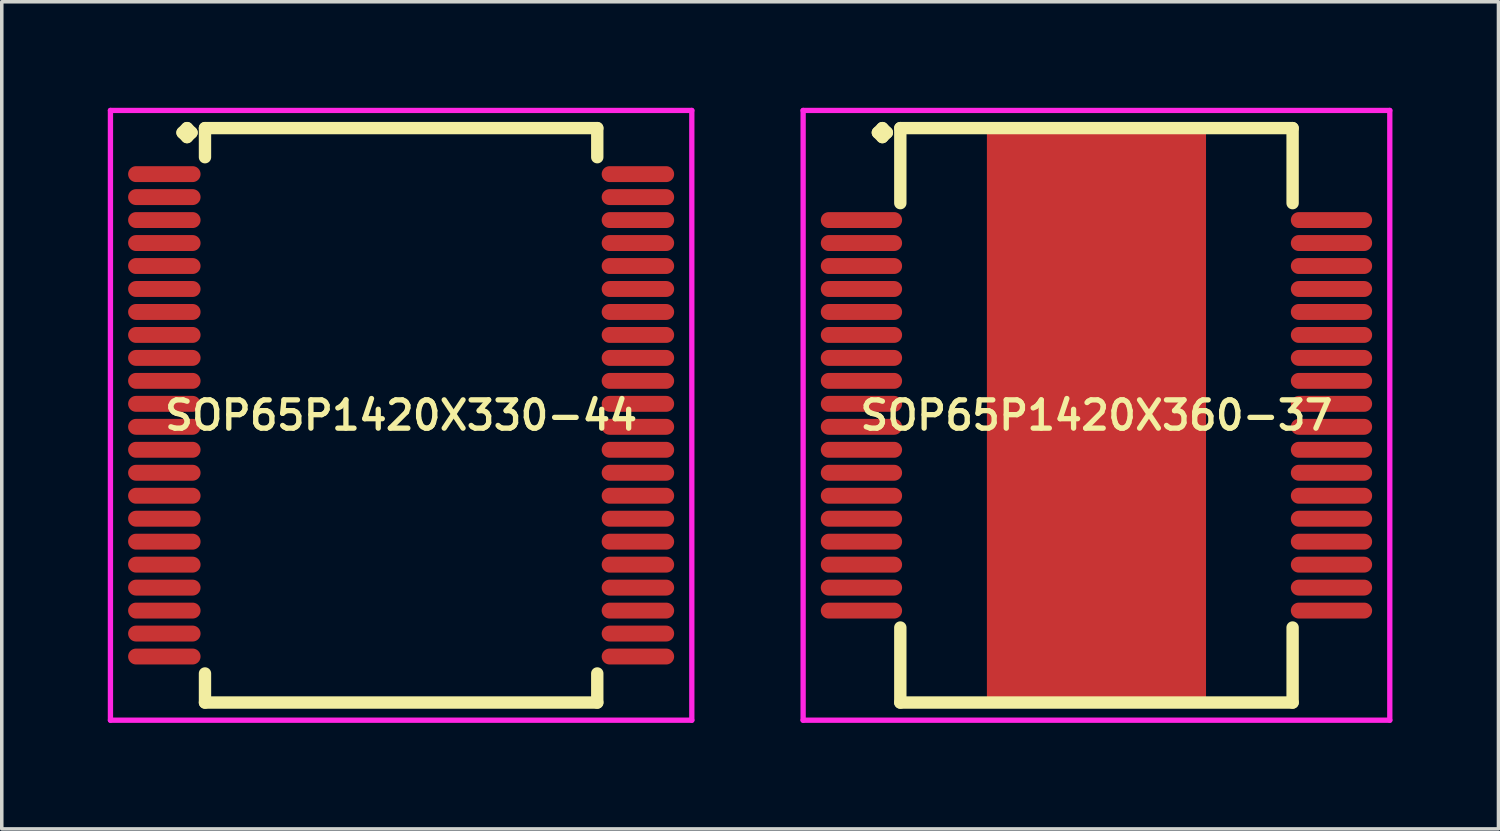
<source format=kicad_pcb>
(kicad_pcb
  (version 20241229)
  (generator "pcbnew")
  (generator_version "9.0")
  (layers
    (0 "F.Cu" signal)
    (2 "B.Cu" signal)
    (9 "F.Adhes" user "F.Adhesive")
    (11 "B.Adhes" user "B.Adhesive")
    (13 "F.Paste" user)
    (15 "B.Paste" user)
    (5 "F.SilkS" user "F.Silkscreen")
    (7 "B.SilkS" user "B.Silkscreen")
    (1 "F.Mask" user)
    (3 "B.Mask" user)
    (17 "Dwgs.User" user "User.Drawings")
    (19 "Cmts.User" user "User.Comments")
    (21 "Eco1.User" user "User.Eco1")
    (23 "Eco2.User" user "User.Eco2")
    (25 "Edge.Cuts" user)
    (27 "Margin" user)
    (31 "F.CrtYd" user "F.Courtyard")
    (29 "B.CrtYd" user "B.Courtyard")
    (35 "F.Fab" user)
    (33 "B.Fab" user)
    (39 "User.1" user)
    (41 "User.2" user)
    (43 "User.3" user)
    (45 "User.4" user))
  (footprint "SOP65P1420X330-44"
    (layer "F.Cu")
    (at 8.3 8.702)
    (property "Reference" "SOP65P1420X330-44" (at 0 0 0) (layer "F.SilkS") (effects (font (size 0.8 0.8) (thickness 0.15))))
    (attr smd)
    (fp_line (start -6.185 -8) (end -6.058 -8.127) (stroke (width 0.35) (type solid)) (layer "F.SilkS"))
    (fp_line (start -6.058 -8.127) (end -5.931 -8) (stroke (width 0.35) (type solid)) (layer "F.SilkS"))
    (fp_line (start -6.058 -7.873) (end -6.185 -8) (stroke (width 0.35) (type solid)) (layer "F.SilkS"))
    (fp_line (start -5.931 -8) (end -6.058 -7.873) (stroke (width 0.35) (type solid)) (layer "F.SilkS"))
    (fp_line (start -5.55 -8.127) (end 5.55 -8.127) (stroke (width 0.35) (type solid)) (layer "F.SilkS"))
    (fp_line (start -5.55 -7.304) (end -5.55 -8.127) (stroke (width 0.35) (type solid)) (layer "F.SilkS"))
    (fp_line (start -5.55 7.304) (end -5.55 8.127) (stroke (width 0.35) (type solid)) (layer "F.SilkS"))
    (fp_line (start -5.55 8.127) (end 5.55 8.127) (stroke (width 0.35) (type solid)) (layer "F.SilkS"))
    (fp_line (start 5.55 -8.127) (end 5.55 -7.304) (stroke (width 0.35) (type solid)) (layer "F.SilkS"))
    (fp_line (start 5.55 8.127) (end 5.55 7.304) (stroke (width 0.35) (type solid)) (layer "F.SilkS"))
    (fp_line (start -8.225 -8.627) (end 8.225 -8.627) (stroke (width 0.15) (type solid)) (layer "F.CrtYd"))
    (fp_line (start -8.225 8.627) (end -8.225 -8.627) (stroke (width 0.15) (type solid)) (layer "F.CrtYd"))
    (fp_line (start 8.225 -8.627) (end 8.225 8.627) (stroke (width 0.15) (type solid)) (layer "F.CrtYd"))
    (fp_line (start 8.225 8.627) (end -8.225 8.627) (stroke (width 0.15) (type solid)) (layer "F.CrtYd"))
    (pad "1" smd oval (at -6.7 -6.825) (size 2.05 0.45) (layers "F.Cu" "F.Mask" "F.Paste"))
    (pad "2" smd oval (at -6.7 -6.175) (size 2.05 0.45) (layers "F.Cu" "F.Mask" "F.Paste"))
    (pad "3" smd oval (at -6.7 -5.525) (size 2.05 0.45) (layers "F.Cu" "F.Mask" "F.Paste"))
    (pad "4" smd oval (at -6.7 -4.875) (size 2.05 0.45) (layers "F.Cu" "F.Mask" "F.Paste"))
    (pad "5" smd oval (at -6.7 -4.225) (size 2.05 0.45) (layers "F.Cu" "F.Mask" "F.Paste"))
    (pad "6" smd oval (at -6.7 -3.575) (size 2.05 0.45) (layers "F.Cu" "F.Mask" "F.Paste"))
    (pad "7" smd oval (at -6.7 -2.925) (size 2.05 0.45) (layers "F.Cu" "F.Mask" "F.Paste"))
    (pad "8" smd oval (at -6.7 -2.275) (size 2.05 0.45) (layers "F.Cu" "F.Mask" "F.Paste"))
    (pad "9" smd oval (at -6.7 -1.625) (size 2.05 0.45) (layers "F.Cu" "F.Mask" "F.Paste"))
    (pad "10" smd oval (at -6.7 -0.975) (size 2.05 0.45) (layers "F.Cu" "F.Mask" "F.Paste"))
    (pad "11" smd oval (at -6.7 -0.325) (size 2.05 0.45) (layers "F.Cu" "F.Mask" "F.Paste"))
    (pad "12" smd oval (at -6.7 0.325) (size 2.05 0.45) (layers "F.Cu" "F.Mask" "F.Paste"))
    (pad "13" smd oval (at -6.7 0.975) (size 2.05 0.45) (layers "F.Cu" "F.Mask" "F.Paste"))
    (pad "14" smd oval (at -6.7 1.625) (size 2.05 0.45) (layers "F.Cu" "F.Mask" "F.Paste"))
    (pad "15" smd oval (at -6.7 2.275) (size 2.05 0.45) (layers "F.Cu" "F.Mask" "F.Paste"))
    (pad "16" smd oval (at -6.7 2.925) (size 2.05 0.45) (layers "F.Cu" "F.Mask" "F.Paste"))
    (pad "17" smd oval (at -6.7 3.575) (size 2.05 0.45) (layers "F.Cu" "F.Mask" "F.Paste"))
    (pad "18" smd oval (at -6.7 4.225) (size 2.05 0.45) (layers "F.Cu" "F.Mask" "F.Paste"))
    (pad "19" smd oval (at -6.7 4.875) (size 2.05 0.45) (layers "F.Cu" "F.Mask" "F.Paste"))
    (pad "20" smd oval (at -6.7 5.525) (size 2.05 0.45) (layers "F.Cu" "F.Mask" "F.Paste"))
    (pad "21" smd oval (at -6.7 6.175) (size 2.05 0.45) (layers "F.Cu" "F.Mask" "F.Paste"))
    (pad "22" smd oval (at -6.7 6.825) (size 2.05 0.45) (layers "F.Cu" "F.Mask" "F.Paste"))
    (pad "23" smd oval (at 6.7 6.825) (size 2.05 0.45) (layers "F.Cu" "F.Mask" "F.Paste"))
    (pad "24" smd oval (at 6.7 6.175) (size 2.05 0.45) (layers "F.Cu" "F.Mask" "F.Paste"))
    (pad "25" smd oval (at 6.7 5.525) (size 2.05 0.45) (layers "F.Cu" "F.Mask" "F.Paste"))
    (pad "26" smd oval (at 6.7 4.875) (size 2.05 0.45) (layers "F.Cu" "F.Mask" "F.Paste"))
    (pad "27" smd oval (at 6.7 4.225) (size 2.05 0.45) (layers "F.Cu" "F.Mask" "F.Paste"))
    (pad "28" smd oval (at 6.7 3.575) (size 2.05 0.45) (layers "F.Cu" "F.Mask" "F.Paste"))
    (pad "29" smd oval (at 6.7 2.925) (size 2.05 0.45) (layers "F.Cu" "F.Mask" "F.Paste"))
    (pad "30" smd oval (at 6.7 2.275) (size 2.05 0.45) (layers "F.Cu" "F.Mask" "F.Paste"))
    (pad "31" smd oval (at 6.7 1.625) (size 2.05 0.45) (layers "F.Cu" "F.Mask" "F.Paste"))
    (pad "32" smd oval (at 6.7 0.975) (size 2.05 0.45) (layers "F.Cu" "F.Mask" "F.Paste"))
    (pad "33" smd oval (at 6.7 0.325) (size 2.05 0.45) (layers "F.Cu" "F.Mask" "F.Paste"))
    (pad "34" smd oval (at 6.7 -0.325) (size 2.05 0.45) (layers "F.Cu" "F.Mask" "F.Paste"))
    (pad "35" smd oval (at 6.7 -0.975) (size 2.05 0.45) (layers "F.Cu" "F.Mask" "F.Paste"))
    (pad "36" smd oval (at 6.7 -1.625) (size 2.05 0.45) (layers "F.Cu" "F.Mask" "F.Paste"))
    (pad "37" smd oval (at 6.7 -2.275) (size 2.05 0.45) (layers "F.Cu" "F.Mask" "F.Paste"))
    (pad "38" smd oval (at 6.7 -2.925) (size 2.05 0.45) (layers "F.Cu" "F.Mask" "F.Paste"))
    (pad "39" smd oval (at 6.7 -3.575) (size 2.05 0.45) (layers "F.Cu" "F.Mask" "F.Paste"))
    (pad "40" smd oval (at 6.7 -4.225) (size 2.05 0.45) (layers "F.Cu" "F.Mask" "F.Paste"))
    (pad "41" smd oval (at 6.7 -4.875) (size 2.05 0.45) (layers "F.Cu" "F.Mask" "F.Paste"))
    (pad "42" smd oval (at 6.7 -5.525) (size 2.05 0.45) (layers "F.Cu" "F.Mask" "F.Paste"))
    (pad "43" smd oval (at 6.7 -6.175) (size 2.05 0.45) (layers "F.Cu" "F.Mask" "F.Paste"))
    (pad "44" smd oval (at 6.7 -6.825) (size 2.05 0.45) (layers "F.Cu" "F.Mask" "F.Paste")))
  (footprint "SOP65P1420X360-37"
    (layer "F.Cu")
    (at 27.975 8.702)
    (property "Reference" "SOP65P1420X360-37" (at 0 0 0) (layer "F.SilkS") (effects (font (size 0.8 0.8) (thickness 0.15))))
    (attr smd)
    (fp_line (start -6.185 -8) (end -6.058 -8.127) (stroke (width 0.35) (type solid)) (layer "F.SilkS"))
    (fp_line (start -6.058 -8.127) (end -5.931 -8) (stroke (width 0.35) (type solid)) (layer "F.SilkS"))
    (fp_line (start -6.058 -7.873) (end -6.185 -8) (stroke (width 0.35) (type solid)) (layer "F.SilkS"))
    (fp_line (start -5.931 -8) (end -6.058 -7.873) (stroke (width 0.35) (type solid)) (layer "F.SilkS"))
    (fp_line (start -5.55 -8.127) (end 5.55 -8.127) (stroke (width 0.35) (type solid)) (layer "F.SilkS"))
    (fp_line (start -5.55 -6.004) (end -5.55 -8.127) (stroke (width 0.35) (type solid)) (layer "F.SilkS"))
    (fp_line (start -5.55 6.004) (end -5.55 8.127) (stroke (width 0.35) (type solid)) (layer "F.SilkS"))
    (fp_line (start -5.55 8.127) (end 5.55 8.127) (stroke (width 0.35) (type solid)) (layer "F.SilkS"))
    (fp_line (start 5.55 -8.127) (end 5.55 -6.004) (stroke (width 0.35) (type solid)) (layer "F.SilkS"))
    (fp_line (start 5.55 8.127) (end 5.55 6.004) (stroke (width 0.35) (type solid)) (layer "F.SilkS"))
    (fp_line (start -8.3 -8.627) (end 8.3 -8.627) (stroke (width 0.15) (type solid)) (layer "F.CrtYd"))
    (fp_line (start -8.3 8.627) (end -8.3 -8.627) (stroke (width 0.15) (type solid)) (layer "F.CrtYd"))
    (fp_line (start 8.3 -8.627) (end 8.3 8.627) (stroke (width 0.15) (type solid)) (layer "F.CrtYd"))
    (fp_line (start 8.3 8.627) (end -8.3 8.627) (stroke (width 0.15) (type solid)) (layer "F.CrtYd"))
    (pad "1" smd oval (at -6.65 -5.525) (size 2.3 0.45) (layers "F.Cu" "F.Mask" "F.Paste"))
    (pad "2" smd oval (at -6.65 -4.875) (size 2.3 0.45) (layers "F.Cu" "F.Mask" "F.Paste"))
    (pad "3" smd oval (at -6.65 -4.225) (size 2.3 0.45) (layers "F.Cu" "F.Mask" "F.Paste"))
    (pad "4" smd oval (at -6.65 -3.575) (size 2.3 0.45) (layers "F.Cu" "F.Mask" "F.Paste"))
    (pad "5" smd oval (at -6.65 -2.925) (size 2.3 0.45) (layers "F.Cu" "F.Mask" "F.Paste"))
    (pad "6" smd oval (at -6.65 -2.275) (size 2.3 0.45) (layers "F.Cu" "F.Mask" "F.Paste"))
    (pad "7" smd oval (at -6.65 -1.625) (size 2.3 0.45) (layers "F.Cu" "F.Mask" "F.Paste"))
    (pad "8" smd oval (at -6.65 -0.975) (size 2.3 0.45) (layers "F.Cu" "F.Mask" "F.Paste"))
    (pad "9" smd oval (at -6.65 -0.325) (size 2.3 0.45) (layers "F.Cu" "F.Mask" "F.Paste"))
    (pad "10" smd oval (at -6.65 0.325) (size 2.3 0.45) (layers "F.Cu" "F.Mask" "F.Paste"))
    (pad "11" smd oval (at -6.65 0.975) (size 2.3 0.45) (layers "F.Cu" "F.Mask" "F.Paste"))
    (pad "12" smd oval (at -6.65 1.625) (size 2.3 0.45) (layers "F.Cu" "F.Mask" "F.Paste"))
    (pad "13" smd oval (at -6.65 2.275) (size 2.3 0.45) (layers "F.Cu" "F.Mask" "F.Paste"))
    (pad "14" smd oval (at -6.65 2.925) (size 2.3 0.45) (layers "F.Cu" "F.Mask" "F.Paste"))
    (pad "15" smd oval (at -6.65 3.575) (size 2.3 0.45) (layers "F.Cu" "F.Mask" "F.Paste"))
    (pad "16" smd oval (at -6.65 4.225) (size 2.3 0.45) (layers "F.Cu" "F.Mask" "F.Paste"))
    (pad "17" smd oval (at -6.65 4.875) (size 2.3 0.45) (layers "F.Cu" "F.Mask" "F.Paste"))
    (pad "18" smd oval (at -6.65 5.525) (size 2.3 0.45) (layers "F.Cu" "F.Mask" "F.Paste"))
    (pad "19" smd oval (at 6.65 5.525) (size 2.3 0.45) (layers "F.Cu" "F.Mask" "F.Paste"))
    (pad "20" smd oval (at 6.65 4.875) (size 2.3 0.45) (layers "F.Cu" "F.Mask" "F.Paste"))
    (pad "21" smd oval (at 6.65 4.225) (size 2.3 0.45) (layers "F.Cu" "F.Mask" "F.Paste"))
    (pad "22" smd oval (at 6.65 3.575) (size 2.3 0.45) (layers "F.Cu" "F.Mask" "F.Paste"))
    (pad "23" smd oval (at 6.65 2.925) (size 2.3 0.45) (layers "F.Cu" "F.Mask" "F.Paste"))
    (pad "24" smd oval (at 6.65 2.275) (size 2.3 0.45) (layers "F.Cu" "F.Mask" "F.Paste"))
    (pad "25" smd oval (at 6.65 1.625) (size 2.3 0.45) (layers "F.Cu" "F.Mask" "F.Paste"))
    (pad "26" smd oval (at 6.65 0.975) (size 2.3 0.45) (layers "F.Cu" "F.Mask" "F.Paste"))
    (pad "27" smd oval (at 6.65 0.325) (size 2.3 0.45) (layers "F.Cu" "F.Mask" "F.Paste"))
    (pad "28" smd oval (at 6.65 -0.325) (size 2.3 0.45) (layers "F.Cu" "F.Mask" "F.Paste"))
    (pad "29" smd oval (at 6.65 -0.975) (size 2.3 0.45) (layers "F.Cu" "F.Mask" "F.Paste"))
    (pad "30" smd oval (at 6.65 -1.625) (size 2.3 0.45) (layers "F.Cu" "F.Mask" "F.Paste"))
    (pad "31" smd oval (at 6.65 -2.275) (size 2.3 0.45) (layers "F.Cu" "F.Mask" "F.Paste"))
    (pad "32" smd oval (at 6.65 -2.925) (size 2.3 0.45) (layers "F.Cu" "F.Mask" "F.Paste"))
    (pad "33" smd oval (at 6.65 -3.575) (size 2.3 0.45) (layers "F.Cu" "F.Mask" "F.Paste"))
    (pad "34" smd oval (at 6.65 -4.225) (size 2.3 0.45) (layers "F.Cu" "F.Mask" "F.Paste"))
    (pad "35" smd oval (at 6.65 -4.875) (size 2.3 0.45) (layers "F.Cu" "F.Mask" "F.Paste"))
    (pad "36" smd oval (at 6.65 -5.525) (size 2.3 0.45) (layers "F.Cu" "F.Mask" "F.Paste"))
    (pad "37" smd rect (at 0 0) (size 6.2 16) (layers "F.Cu" "F.Mask" "F.Paste")))
  (gr_rect
    (start -3 -3)
    (end 39.35 20.404)
    (stroke (width 0.1) (type default))
    (fill no)
    (layer "Edge.Cuts")))
</source>
